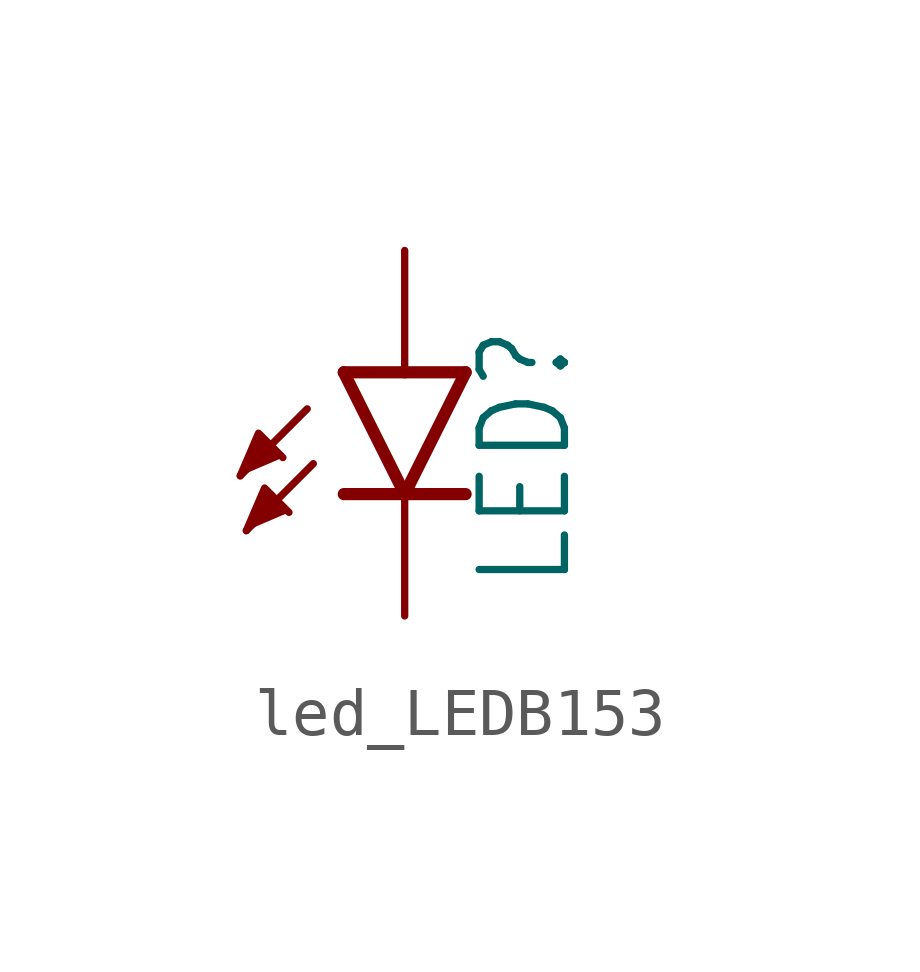
<source format=kicad_sym>
(kicad_symbol_lib
  (version 20241209)
  (generator "kicad_symbol_editor")
  (generator_version "9.0")
  (symbol "led_LEDB153"
    (property "Reference" "LED"
      (at 3.556 -4.572 90)
      (effects (font (size 1.778 1.511)) (justify left bottom)))
    (property "Value" ""
      (at 5.715 -4.572 90)
      (effects (font (size 1.778 1.511)) (justify left bottom)))
    (property "ki_locked" ""
      (at 0 0 0)
      (effects (font (size 1.27 1.27))))
    (symbol "led_LEDB153_1_0"
      (polyline (pts (xy -3.429 -2.159) (xy -3.048 -1.27) (xy -2.54 -1.778)) (stroke (width 0.152) (type solid)) (fill (type outline)))
      (polyline (pts (xy -3.302 -3.302) (xy -2.921 -2.413) (xy -2.413 -2.921)) (stroke (width 0.152) (type solid)) (fill (type outline)))
      (polyline (pts (xy -2.032 -0.762) (xy -3.429 -2.159)) (stroke (width 0.152) (type solid)) (fill (type none)))
      (polyline (pts (xy -1.905 -1.905) (xy -3.302 -3.302)) (stroke (width 0.152) (type solid)) (fill (type none)))
      (polyline (pts (xy 0 0) (xy -1.27 0)) (stroke (width 0.254) (type solid)) (fill (type none)))
      (polyline (pts (xy 0 -2.54) (xy -1.27 0)) (stroke (width 0.254) (type solid)) (fill (type none)))
      (polyline (pts (xy 0 -2.54) (xy -1.27 -2.54)) (stroke (width 0.254) (type solid)) (fill (type none)))
      (polyline (pts (xy 1.27 0) (xy 0 0)) (stroke (width 0.254) (type solid)) (fill (type none)))
      (polyline (pts (xy 1.27 0) (xy 0 -2.54)) (stroke (width 0.254) (type solid)) (fill (type none)))
      (polyline (pts (xy 1.27 -2.54) (xy 0 -2.54)) (stroke (width 0.254) (type solid)) (fill (type none)))
      (pin passive line (at 0 2.54 270) (length 2.54) (name "A" (effects (font (size 0 0)))) (number "A" (effects (font (size 0 0)))))
      (pin passive line (at 0 -5.08 90) (length 2.54) (name "C" (effects (font (size 0 0)))) (number "K" (effects (font (size 0 0))))))))
</source>
